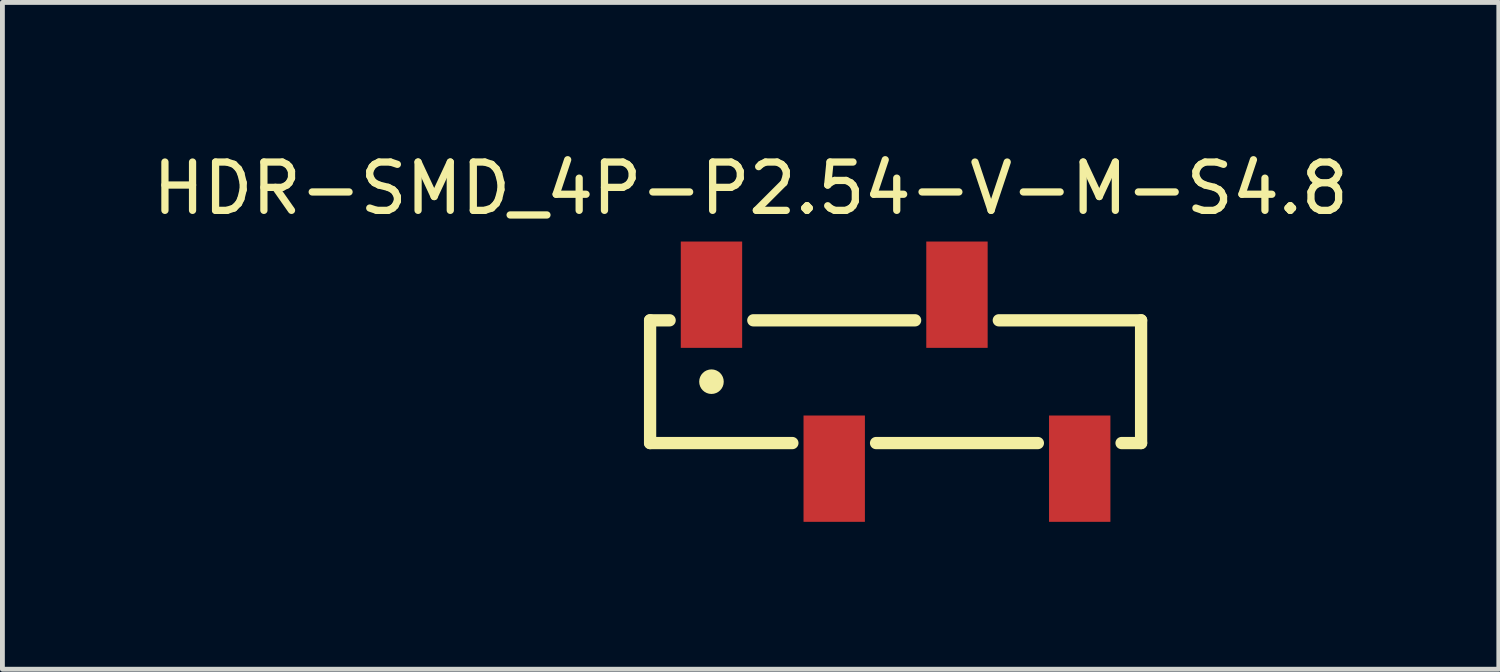
<source format=kicad_pcb>
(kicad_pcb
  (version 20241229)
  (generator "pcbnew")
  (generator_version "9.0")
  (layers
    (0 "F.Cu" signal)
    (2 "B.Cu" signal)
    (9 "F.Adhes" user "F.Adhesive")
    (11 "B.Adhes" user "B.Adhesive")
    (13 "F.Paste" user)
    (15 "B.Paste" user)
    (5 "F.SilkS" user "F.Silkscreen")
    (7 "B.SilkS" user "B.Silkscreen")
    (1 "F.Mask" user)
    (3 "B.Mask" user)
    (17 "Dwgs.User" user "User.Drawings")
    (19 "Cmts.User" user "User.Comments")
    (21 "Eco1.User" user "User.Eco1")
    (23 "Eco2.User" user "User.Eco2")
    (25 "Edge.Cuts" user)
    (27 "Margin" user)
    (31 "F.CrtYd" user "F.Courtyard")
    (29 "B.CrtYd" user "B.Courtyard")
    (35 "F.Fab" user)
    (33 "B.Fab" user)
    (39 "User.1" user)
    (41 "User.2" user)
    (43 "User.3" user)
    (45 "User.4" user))
  (footprint "HDR-SMD_4P-P2.54-V-M-S4.8"
    (layer "F.Cu")
    (at 15.482 4.848)
    (property "Reference" "HDR-SMD_4P-P2.54-V-M-S4.8" (at -3 -4 0) (layer "F.SilkS") (effects (font (size 1 1) (thickness 0.15))))
    (fp_line (start -5.08 -1.27) (end -5.08 1.27) (stroke (width 0.254) (type default)) (layer "F.SilkS"))
    (fp_line (start -5.08 -1.27) (end -4.676 -1.27) (stroke (width 0.254) (type default)) (layer "F.SilkS"))
    (fp_line (start -5.08 1.27) (end -2.136 1.27) (stroke (width 0.254) (type default)) (layer "F.SilkS"))
    (fp_line (start -2.944 -1.27) (end 0.404 -1.27) (stroke (width 0.254) (type default)) (layer "F.SilkS"))
    (fp_line (start -0.404 1.27) (end 2.944 1.27) (stroke (width 0.254) (type default)) (layer "F.SilkS"))
    (fp_line (start 4.676 1.27) (end 5.08 1.27) (stroke (width 0.254) (type default)) (layer "F.SilkS"))
    (fp_line (start 5.08 -1.27) (end 2.136 -1.27) (stroke (width 0.254) (type default)) (layer "F.SilkS"))
    (fp_line (start 5.08 1.27) (end 5.08 -1.27) (stroke (width 0.254) (type default)) (layer "F.SilkS"))
    (fp_circle (center -3.81 0) (end -3.683 0) (stroke (width 0.254) (type default)) (fill no) (layer "F.SilkS"))
    (fp_poly (pts (xy -4.445 -2.9) (xy -3.175 -2.9) (xy -3.175 -0.7) (xy -4.445 -0.7)) (stroke (width 0.1) (type default)) (fill no) (layer "User.1"))
    (fp_poly (pts (xy -1.905 0.7) (xy -0.635 0.7) (xy -0.635 2.9) (xy -1.905 2.9)) (stroke (width 0.1) (type default)) (fill no) (layer "User.1"))
    (fp_poly (pts (xy 0.635 -2.9) (xy 1.905 -2.9) (xy 1.905 -0.7) (xy 0.635 -0.7)) (stroke (width 0.1) (type default)) (fill no) (layer "User.1"))
    (fp_poly (pts (xy 3.175 0.7) (xy 4.445 0.7) (xy 4.445 2.9) (xy 3.175 2.9)) (stroke (width 0.1) (type default)) (fill no) (layer "User.1"))
    (fp_line (start -5.207 -2.9) (end 5.207 -2.9) (stroke (width 0.051) (type default)) (layer "User.2"))
    (fp_line (start -5.207 2.9) (end -5.207 -2.9) (stroke (width 0.051) (type default)) (layer "User.2"))
    (fp_line (start 5.207 -2.9) (end 5.207 2.9) (stroke (width 0.051) (type default)) (layer "User.2"))
    (fp_line (start 5.207 2.9) (end -5.207 2.9) (stroke (width 0.051) (type default)) (layer "User.2"))
    (fp_poly (pts (xy -5.147 -2.9) (xy -5.165 -2.942) (xy -5.207 -2.96) (xy -5.249 -2.942) (xy -5.267 -2.9) (xy -5.249 -2.858) (xy -5.207 -2.84) (xy -5.165 -2.858)) (stroke (width 0.1) (type default)) (fill no) (layer "User.3"))
    (pad "1" smd rect (at -3.81 -1.8) (size 1.27 2.2) (layers "F.Cu" "F.Mask" "F.Paste"))
    (pad "2" smd rect (at -1.27 1.8) (size 1.27 2.2) (layers "F.Cu" "F.Mask" "F.Paste"))
    (pad "3" smd rect (at 1.27 -1.8) (size 1.27 2.2) (layers "F.Cu" "F.Mask" "F.Paste"))
    (pad "4" smd rect (at 3.81 1.8) (size 1.27 2.2) (layers "F.Cu" "F.Mask" "F.Paste")))
  (gr_rect
    (start -3 -3)
    (end 27.964 10.798)
    (stroke (width 0.1) (type default))
    (fill no)
    (layer "Edge.Cuts")))
</source>
